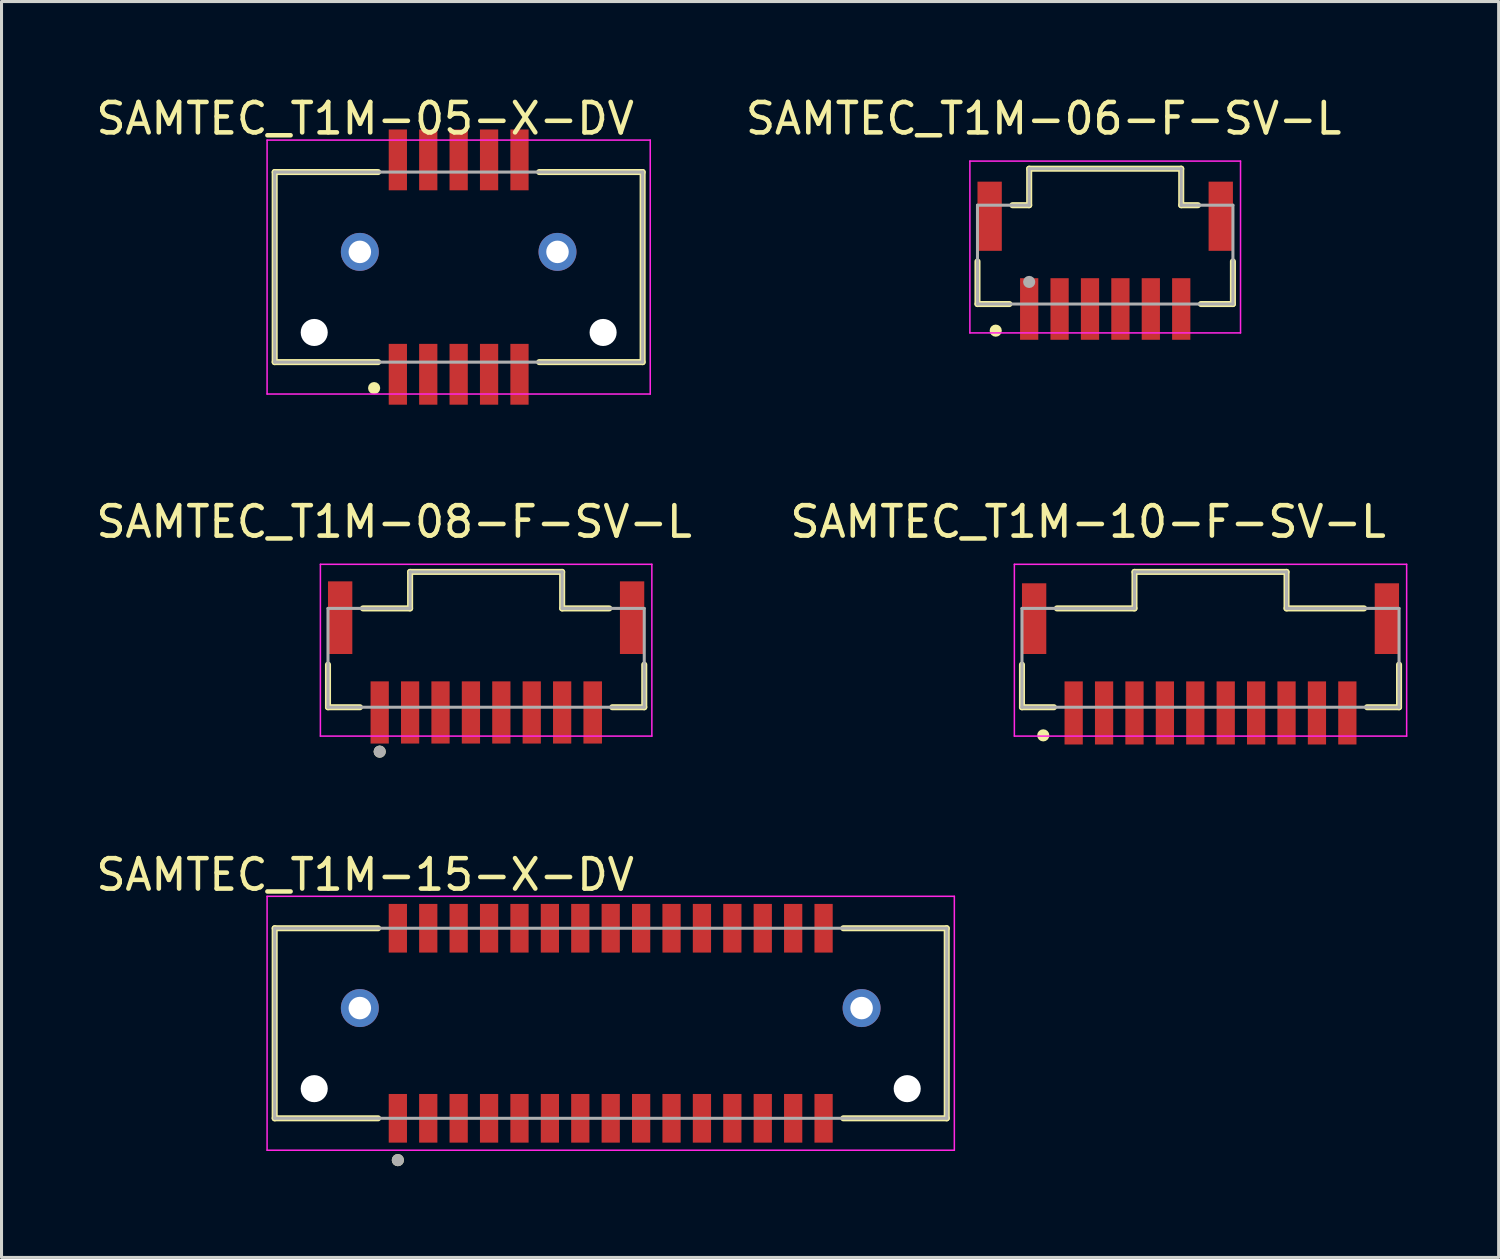
<source format=kicad_pcb>
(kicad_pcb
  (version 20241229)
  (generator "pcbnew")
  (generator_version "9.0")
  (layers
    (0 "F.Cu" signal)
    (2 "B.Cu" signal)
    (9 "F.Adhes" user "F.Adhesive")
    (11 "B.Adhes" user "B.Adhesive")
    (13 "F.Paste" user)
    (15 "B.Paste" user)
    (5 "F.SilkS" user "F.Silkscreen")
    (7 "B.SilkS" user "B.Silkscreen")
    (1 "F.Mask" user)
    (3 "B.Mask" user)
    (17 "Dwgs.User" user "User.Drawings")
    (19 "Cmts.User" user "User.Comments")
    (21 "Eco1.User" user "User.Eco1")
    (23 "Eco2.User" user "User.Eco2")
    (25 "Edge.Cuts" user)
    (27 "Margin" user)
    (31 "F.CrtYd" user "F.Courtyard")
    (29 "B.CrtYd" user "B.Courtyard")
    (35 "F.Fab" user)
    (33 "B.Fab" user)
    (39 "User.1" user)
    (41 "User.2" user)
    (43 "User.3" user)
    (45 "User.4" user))
  (footprint "SAMTEC_T1M-05-X-DV"
    (layer "F.Cu")
    (at 12.033 5.733)
    (property "Reference" "SAMTEC_T1M-05-X-DV" (at -3.075 -4.885 0) (layer "F.SilkS") (effects (font (size 1 1) (thickness 0.15))))
    (attr smd)
    (fp_line (start -6.05 -3.125) (end -2.65 -3.125) (stroke (width 0.2) (type solid)) (layer "F.SilkS"))
    (fp_line (start -6.05 3.125) (end -6.05 -3.125) (stroke (width 0.2) (type solid)) (layer "F.SilkS"))
    (fp_line (start -6.05 3.125) (end -2.65 3.125) (stroke (width 0.2) (type solid)) (layer "F.SilkS"))
    (fp_line (start 2.65 -3.125) (end 6.05 -3.125) (stroke (width 0.2) (type solid)) (layer "F.SilkS"))
    (fp_line (start 2.65 3.125) (end 6.05 3.125) (stroke (width 0.2) (type solid)) (layer "F.SilkS"))
    (fp_line (start 6.05 -3.125) (end 6.05 3.125) (stroke (width 0.2) (type solid)) (layer "F.SilkS"))
    (fp_circle (center -2.78 3.98) (end -2.68 3.98) (stroke (width 0.2) (type solid)) (fill no) (layer "F.SilkS"))
    (fp_circle (center -3.25 -0.5) (end -2.875 -0.5) (stroke (width 0.75) (type solid)) (fill no) (layer "F.Paste"))
    (fp_circle (center 3.25 -0.5) (end 3.625 -0.5) (stroke (width 0.75) (type solid)) (fill no) (layer "F.Paste"))
    (fp_line (start -6.3 -4.175) (end -6.3 4.175) (stroke (width 0.05) (type solid)) (layer "F.CrtYd"))
    (fp_line (start -6.3 4.175) (end 6.3 4.175) (stroke (width 0.05) (type solid)) (layer "F.CrtYd"))
    (fp_line (start 6.3 -4.175) (end -6.3 -4.175) (stroke (width 0.05) (type solid)) (layer "F.CrtYd"))
    (fp_line (start 6.3 4.175) (end 6.3 -4.175) (stroke (width 0.05) (type solid)) (layer "F.CrtYd"))
    (fp_line (start -6.05 -3.125) (end 6.05 -3.125) (stroke (width 0.1) (type solid)) (layer "F.Fab"))
    (fp_line (start -6.05 3.125) (end -6.05 -3.125) (stroke (width 0.1) (type solid)) (layer "F.Fab"))
    (fp_line (start 6.05 -3.125) (end 6.05 3.125) (stroke (width 0.1) (type solid)) (layer "F.Fab"))
    (fp_line (start 6.05 3.125) (end -6.05 3.125) (stroke (width 0.1) (type solid)) (layer "F.Fab"))
    (pad "" np_thru_hole circle (at -4.75 2.15) (size 0.89 0.89) (drill 0.89) (layers "*.Cu" "*.Mask"))
    (pad "" np_thru_hole circle (at 4.75 2.15) (size 0.89 0.89) (drill 0.89) (layers "*.Cu" "*.Mask"))
    (pad "1" smd rect (at -2 3.525) (size 0.6 2) (layers "F.Cu" "F.Mask" "F.Paste"))
    (pad "2" smd rect (at -2 -3.525) (size 0.6 2) (layers "F.Cu" "F.Mask" "F.Paste"))
    (pad "3" smd rect (at -1 3.525) (size 0.6 2) (layers "F.Cu" "F.Mask" "F.Paste"))
    (pad "4" smd rect (at -1 -3.525) (size 0.6 2) (layers "F.Cu" "F.Mask" "F.Paste"))
    (pad "5" smd rect (at 0 3.525) (size 0.6 2) (layers "F.Cu" "F.Mask" "F.Paste"))
    (pad "6" smd rect (at 0 -3.525) (size 0.6 2) (layers "F.Cu" "F.Mask" "F.Paste"))
    (pad "7" smd rect (at 1 3.525) (size 0.6 2) (layers "F.Cu" "F.Mask" "F.Paste"))
    (pad "8" smd rect (at 1 -3.525) (size 0.6 2) (layers "F.Cu" "F.Mask" "F.Paste"))
    (pad "9" smd rect (at 2 3.525) (size 0.6 2) (layers "F.Cu" "F.Mask" "F.Paste"))
    (pad "10" smd rect (at 2 -3.525) (size 0.6 2) (layers "F.Cu" "F.Mask" "F.Paste"))
    (pad "S1" thru_hole circle (at -3.25 -0.5) (size 1.248 1.248) (drill 0.74) (layers "*.Cu" "*.Mask"))
    (pad "S2" thru_hole circle (at 3.25 -0.5) (size 1.248 1.248) (drill 0.74) (layers "*.Cu" "*.Mask")))
  (footprint "SAMTEC_T1M-10-F-SV-L"
    (layer "F.Cu")
    (at 36.757 17.982)
    (property "Reference" "SAMTEC_T1M-10-F-SV-L" (at -4.025 -3.875 0) (layer "F.SilkS") (effects (font (size 1 1) (thickness 0.15))))
    (attr smd)
    (fp_line (start -6.2 2.225) (end -6.2 0.825) (stroke (width 0.2) (type solid)) (layer "F.SilkS"))
    (fp_line (start -6.2 2.225) (end -5.15 2.225) (stroke (width 0.2) (type solid)) (layer "F.SilkS"))
    (fp_line (start -5.05 -1.025) (end -2.5 -1.025) (stroke (width 0.2) (type solid)) (layer "F.SilkS"))
    (fp_line (start -2.5 -2.225) (end 2.5 -2.225) (stroke (width 0.2) (type solid)) (layer "F.SilkS"))
    (fp_line (start -2.5 -1.025) (end -2.5 -2.225) (stroke (width 0.2) (type solid)) (layer "F.SilkS"))
    (fp_line (start 2.5 -1.025) (end 2.5 -2.225) (stroke (width 0.2) (type solid)) (layer "F.SilkS"))
    (fp_line (start 5.05 -1.025) (end 2.5 -1.025) (stroke (width 0.2) (type solid)) (layer "F.SilkS"))
    (fp_line (start 6.2 2.225) (end 5.15 2.225) (stroke (width 0.2) (type solid)) (layer "F.SilkS"))
    (fp_line (start 6.2 2.225) (end 6.2 0.825) (stroke (width 0.2) (type solid)) (layer "F.SilkS"))
    (fp_circle (center -5.5 3.15) (end -5.4 3.15) (stroke (width 0.2) (type solid)) (fill no) (layer "F.SilkS"))
    (fp_line (start -6.45 -2.475) (end 6.45 -2.475) (stroke (width 0.05) (type solid)) (layer "F.CrtYd"))
    (fp_line (start -6.45 3.175) (end -6.45 -2.475) (stroke (width 0.05) (type solid)) (layer "F.CrtYd"))
    (fp_line (start 6.45 -2.475) (end 6.45 3.175) (stroke (width 0.05) (type solid)) (layer "F.CrtYd"))
    (fp_line (start 6.45 3.175) (end -6.45 3.175) (stroke (width 0.05) (type solid)) (layer "F.CrtYd"))
    (fp_line (start -6.2 -1.025) (end -2.5 -1.025) (stroke (width 0.1) (type solid)) (layer "F.Fab"))
    (fp_line (start -6.2 2.225) (end -6.2 -1.025) (stroke (width 0.1) (type solid)) (layer "F.Fab"))
    (fp_line (start -6.2 2.225) (end 6.2 2.225) (stroke (width 0.1) (type solid)) (layer "F.Fab"))
    (fp_line (start -2.5 -2.225) (end 2.5 -2.225) (stroke (width 0.1) (type solid)) (layer "F.Fab"))
    (fp_line (start -2.5 -1.025) (end -2.5 -2.225) (stroke (width 0.1) (type solid)) (layer "F.Fab"))
    (fp_line (start 2.5 -1.025) (end 2.5 -2.225) (stroke (width 0.1) (type solid)) (layer "F.Fab"))
    (fp_line (start 6.2 -1.025) (end 2.5 -1.025) (stroke (width 0.1) (type solid)) (layer "F.Fab"))
    (fp_line (start 6.2 2.225) (end 6.2 -1.025) (stroke (width 0.1) (type solid)) (layer "F.Fab"))
    (pad "1" smd rect (at -4.5 2.413) (size 0.6 2.075) (layers "F.Cu" "F.Mask" "F.Paste"))
    (pad "2" smd rect (at -3.5 2.413) (size 0.6 2.075) (layers "F.Cu" "F.Mask" "F.Paste"))
    (pad "3" smd rect (at -2.5 2.413) (size 0.6 2.075) (layers "F.Cu" "F.Mask" "F.Paste"))
    (pad "4" smd rect (at -1.5 2.413) (size 0.6 2.075) (layers "F.Cu" "F.Mask" "F.Paste"))
    (pad "5" smd rect (at -0.5 2.413) (size 0.6 2.075) (layers "F.Cu" "F.Mask" "F.Paste"))
    (pad "6" smd rect (at 0.5 2.413) (size 0.6 2.075) (layers "F.Cu" "F.Mask" "F.Paste"))
    (pad "7" smd rect (at 1.5 2.413) (size 0.6 2.075) (layers "F.Cu" "F.Mask" "F.Paste"))
    (pad "8" smd rect (at 2.5 2.413) (size 0.6 2.075) (layers "F.Cu" "F.Mask" "F.Paste"))
    (pad "9" smd rect (at 3.5 2.413) (size 0.6 2.075) (layers "F.Cu" "F.Mask" "F.Paste"))
    (pad "10" smd rect (at 4.5 2.413) (size 0.6 2.075) (layers "F.Cu" "F.Mask" "F.Paste"))
    (pad "S1" smd rect (at -5.8 -0.688) (size 0.8 2.325) (layers "F.Cu" "F.Mask" "F.Paste"))
    (pad "S2" smd rect (at 5.8 -0.688) (size 0.8 2.325) (layers "F.Cu" "F.Mask" "F.Paste")))
  (footprint "SAMTEC_T1M-08-F-SV-L"
    (layer "F.Cu")
    (at 12.936 17.982)
    (property "Reference" "SAMTEC_T1M-08-F-SV-L" (at -3.025 -3.875 0) (layer "F.SilkS") (effects (font (size 1 1) (thickness 0.15))))
    (attr through_hole)
    (fp_line (start -5.2 2.225) (end -5.2 0.825) (stroke (width 0.2) (type solid)) (layer "F.SilkS"))
    (fp_line (start -5.2 2.225) (end -4.15 2.225) (stroke (width 0.2) (type solid)) (layer "F.SilkS"))
    (fp_line (start -4.05 -1.025) (end -2.5 -1.025) (stroke (width 0.2) (type solid)) (layer "F.SilkS"))
    (fp_line (start -2.5 -2.225) (end 2.5 -2.225) (stroke (width 0.2) (type solid)) (layer "F.SilkS"))
    (fp_line (start -2.5 -1.025) (end -2.5 -2.225) (stroke (width 0.2) (type solid)) (layer "F.SilkS"))
    (fp_line (start 2.5 -1.025) (end 2.5 -2.225) (stroke (width 0.2) (type solid)) (layer "F.SilkS"))
    (fp_line (start 4.05 -1.025) (end 2.5 -1.025) (stroke (width 0.2) (type solid)) (layer "F.SilkS"))
    (fp_line (start 5.2 2.225) (end 4.15 2.225) (stroke (width 0.2) (type solid)) (layer "F.SilkS"))
    (fp_line (start 5.2 2.225) (end 5.2 0.825) (stroke (width 0.2) (type solid)) (layer "F.SilkS"))
    (fp_circle (center -3.5 3.685) (end -3.4 3.685) (stroke (width 0.2) (type solid)) (fill no) (layer "F.SilkS"))
    (fp_line (start -5.45 -2.475) (end 5.45 -2.475) (stroke (width 0.05) (type solid)) (layer "F.CrtYd"))
    (fp_line (start -5.45 3.175) (end -5.45 -2.475) (stroke (width 0.05) (type solid)) (layer "F.CrtYd"))
    (fp_line (start 5.45 -2.475) (end 5.45 3.175) (stroke (width 0.05) (type solid)) (layer "F.CrtYd"))
    (fp_line (start 5.45 3.175) (end -5.45 3.175) (stroke (width 0.05) (type solid)) (layer "F.CrtYd"))
    (fp_line (start -5.2 -1.025) (end -2.5 -1.025) (stroke (width 0.1) (type solid)) (layer "F.Fab"))
    (fp_line (start -5.2 2.225) (end -5.2 -1.025) (stroke (width 0.1) (type solid)) (layer "F.Fab"))
    (fp_line (start -5.2 2.225) (end 5.2 2.225) (stroke (width 0.1) (type solid)) (layer "F.Fab"))
    (fp_line (start -2.5 -2.225) (end 2.5 -2.225) (stroke (width 0.1) (type solid)) (layer "F.Fab"))
    (fp_line (start -2.5 -1.025) (end -2.5 -2.225) (stroke (width 0.1) (type solid)) (layer "F.Fab"))
    (fp_line (start 2.5 -1.025) (end 2.5 -2.225) (stroke (width 0.1) (type solid)) (layer "F.Fab"))
    (fp_line (start 5.2 -1.025) (end 2.5 -1.025) (stroke (width 0.1) (type solid)) (layer "F.Fab"))
    (fp_line (start 5.2 2.225) (end 5.2 -1.025) (stroke (width 0.1) (type solid)) (layer "F.Fab"))
    (fp_circle (center -3.5 3.685) (end -3.4 3.685) (stroke (width 0.2) (type solid)) (fill no) (layer "F.Fab"))
    (pad "1" smd rect (at -3.5 2.397) (size 0.6 2.045) (layers "F.Cu" "F.Mask" "F.Paste"))
    (pad "2" smd rect (at -2.5 2.397) (size 0.6 2.045) (layers "F.Cu" "F.Mask" "F.Paste"))
    (pad "3" smd rect (at -1.5 2.397) (size 0.6 2.045) (layers "F.Cu" "F.Mask" "F.Paste"))
    (pad "4" smd rect (at -0.5 2.397) (size 0.6 2.045) (layers "F.Cu" "F.Mask" "F.Paste"))
    (pad "5" smd rect (at 0.5 2.397) (size 0.6 2.045) (layers "F.Cu" "F.Mask" "F.Paste"))
    (pad "6" smd rect (at 1.5 2.397) (size 0.6 2.045) (layers "F.Cu" "F.Mask" "F.Paste"))
    (pad "7" smd rect (at 2.5 2.397) (size 0.6 2.045) (layers "F.Cu" "F.Mask" "F.Paste"))
    (pad "8" smd rect (at 3.505 2.397) (size 0.61 2.045) (layers "F.Cu" "F.Mask" "F.Paste"))
    (pad "S1" smd rect (at -4.8 -0.72) (size 0.8 2.389) (layers "F.Cu" "F.Mask" "F.Paste"))
    (pad "S2" smd rect (at 4.8 -0.72) (size 0.8 2.389) (layers "F.Cu" "F.Mask" "F.Paste")))
  (footprint "SAMTEC_T1M-06-F-SV-L"
    (layer "F.Cu")
    (at 33.294 4.723)
    (property "Reference" "SAMTEC_T1M-06-F-SV-L" (at -2.025 -3.875 0) (layer "F.SilkS") (effects (font (size 1 1) (thickness 0.15))))
    (attr through_hole)
    (fp_line (start -4.2 2.225) (end -4.2 0.825) (stroke (width 0.2) (type solid)) (layer "F.SilkS"))
    (fp_line (start -4.2 2.225) (end -3.15 2.225) (stroke (width 0.2) (type solid)) (layer "F.SilkS"))
    (fp_line (start -3.05 -1.025) (end -2.5 -1.025) (stroke (width 0.2) (type solid)) (layer "F.SilkS"))
    (fp_line (start -2.5 -2.225) (end 2.5 -2.225) (stroke (width 0.2) (type solid)) (layer "F.SilkS"))
    (fp_line (start -2.5 -1.025) (end -2.5 -2.225) (stroke (width 0.2) (type solid)) (layer "F.SilkS"))
    (fp_line (start 2.5 -1.025) (end 2.5 -2.225) (stroke (width 0.2) (type solid)) (layer "F.SilkS"))
    (fp_line (start 3.05 -1.025) (end 2.5 -1.025) (stroke (width 0.2) (type solid)) (layer "F.SilkS"))
    (fp_line (start 4.2 2.225) (end 3.15 2.225) (stroke (width 0.2) (type solid)) (layer "F.SilkS"))
    (fp_line (start 4.2 2.225) (end 4.2 0.825) (stroke (width 0.2) (type solid)) (layer "F.SilkS"))
    (fp_circle (center -3.6 3.1) (end -3.5 3.1) (stroke (width 0.2) (type solid)) (fill no) (layer "F.SilkS"))
    (fp_line (start -4.45 -2.475) (end 4.45 -2.475) (stroke (width 0.05) (type solid)) (layer "F.CrtYd"))
    (fp_line (start -4.45 3.175) (end -4.45 -2.475) (stroke (width 0.05) (type solid)) (layer "F.CrtYd"))
    (fp_line (start 4.45 -2.475) (end 4.45 3.175) (stroke (width 0.05) (type solid)) (layer "F.CrtYd"))
    (fp_line (start 4.45 3.175) (end -4.45 3.175) (stroke (width 0.05) (type solid)) (layer "F.CrtYd"))
    (fp_line (start -4.2 -1.025) (end -2.5 -1.025) (stroke (width 0.1) (type solid)) (layer "F.Fab"))
    (fp_line (start -4.2 2.225) (end -4.2 -1.025) (stroke (width 0.1) (type solid)) (layer "F.Fab"))
    (fp_line (start -4.2 2.225) (end 4.2 2.225) (stroke (width 0.1) (type solid)) (layer "F.Fab"))
    (fp_line (start -2.5 -2.225) (end 2.5 -2.225) (stroke (width 0.1) (type solid)) (layer "F.Fab"))
    (fp_line (start -2.5 -1.025) (end -2.5 -2.225) (stroke (width 0.1) (type solid)) (layer "F.Fab"))
    (fp_line (start 2.5 -1.025) (end 2.5 -2.225) (stroke (width 0.1) (type solid)) (layer "F.Fab"))
    (fp_line (start 4.2 -1.025) (end 2.5 -1.025) (stroke (width 0.1) (type solid)) (layer "F.Fab"))
    (fp_line (start 4.2 2.225) (end 4.2 -1.025) (stroke (width 0.1) (type solid)) (layer "F.Fab"))
    (fp_circle (center -2.5 1.498) (end -2.4 1.498) (stroke (width 0.2) (type solid)) (fill no) (layer "F.Fab"))
    (pad "1" smd rect (at -2.5 2.388) (size 0.6 2.025) (layers "F.Cu" "F.Mask" "F.Paste"))
    (pad "2" smd rect (at -1.5 2.388) (size 0.6 2.025) (layers "F.Cu" "F.Mask" "F.Paste"))
    (pad "3" smd rect (at -0.5 2.388) (size 0.6 2.025) (layers "F.Cu" "F.Mask" "F.Paste"))
    (pad "4" smd rect (at 0.5 2.388) (size 0.6 2.025) (layers "F.Cu" "F.Mask" "F.Paste"))
    (pad "5" smd rect (at 1.5 2.388) (size 0.6 2.025) (layers "F.Cu" "F.Mask" "F.Paste"))
    (pad "6" smd rect (at 2.5 2.388) (size 0.6 2.025) (layers "F.Cu" "F.Mask" "F.Paste"))
    (pad "S1" smd rect (at -3.8 -0.662) (size 0.8 2.275) (layers "F.Cu" "F.Mask" "F.Paste"))
    (pad "S2" smd rect (at 3.8 -0.662) (size 0.8 2.275) (layers "F.Cu" "F.Mask" "F.Paste")))
  (footprint "SAMTEC_T1M-15-X-DV"
    (layer "F.Cu")
    (at 17.033 30.6)
    (property "Reference" "SAMTEC_T1M-15-X-DV" (at -8.075 -4.885 0) (layer "F.SilkS") (effects (font (size 1 1) (thickness 0.15))))
    (attr through_hole)
    (fp_line (start -11.05 -3.125) (end -7.65 -3.125) (stroke (width 0.2) (type solid)) (layer "F.SilkS"))
    (fp_line (start -11.05 3.125) (end -11.05 -3.125) (stroke (width 0.2) (type solid)) (layer "F.SilkS"))
    (fp_line (start -11.05 3.125) (end -7.65 3.125) (stroke (width 0.2) (type solid)) (layer "F.SilkS"))
    (fp_line (start 7.65 -3.125) (end 11.05 -3.125) (stroke (width 0.2) (type solid)) (layer "F.SilkS"))
    (fp_line (start 7.65 3.125) (end 11.05 3.125) (stroke (width 0.2) (type solid)) (layer "F.SilkS"))
    (fp_line (start 11.05 -3.125) (end 11.05 3.125) (stroke (width 0.2) (type solid)) (layer "F.SilkS"))
    (fp_circle (center -7 4.5) (end -6.9 4.5) (stroke (width 0.2) (type solid)) (fill no) (layer "F.SilkS"))
    (fp_circle (center -8.25 -0.5) (end -7.875 -0.5) (stroke (width 0.75) (type solid)) (fill no) (layer "F.Paste"))
    (fp_circle (center 8.25 -0.5) (end 8.625 -0.5) (stroke (width 0.75) (type solid)) (fill no) (layer "F.Paste"))
    (fp_line (start -11.3 -4.175) (end -11.3 4.175) (stroke (width 0.05) (type solid)) (layer "F.CrtYd"))
    (fp_line (start -11.3 4.175) (end 11.3 4.175) (stroke (width 0.05) (type solid)) (layer "F.CrtYd"))
    (fp_line (start 11.3 -4.175) (end -11.3 -4.175) (stroke (width 0.05) (type solid)) (layer "F.CrtYd"))
    (fp_line (start 11.3 4.175) (end 11.3 -4.175) (stroke (width 0.05) (type solid)) (layer "F.CrtYd"))
    (fp_line (start -11.05 -3.125) (end 11.05 -3.125) (stroke (width 0.1) (type solid)) (layer "F.Fab"))
    (fp_line (start -11.05 3.125) (end -11.05 -3.125) (stroke (width 0.1) (type solid)) (layer "F.Fab"))
    (fp_line (start 11.05 -3.125) (end 11.05 3.125) (stroke (width 0.1) (type solid)) (layer "F.Fab"))
    (fp_line (start 11.05 3.125) (end -11.05 3.125) (stroke (width 0.1) (type solid)) (layer "F.Fab"))
    (fp_circle (center -7 4.5) (end -6.9 4.5) (stroke (width 0.2) (type solid)) (fill no) (layer "F.Fab"))
    (pad "" np_thru_hole circle (at -9.75 2.15) (size 0.89 0.89) (drill 0.89) (layers "*.Cu" "*.Mask"))
    (pad "" np_thru_hole circle (at 9.75 2.15) (size 0.89 0.89) (drill 0.89) (layers "*.Cu" "*.Mask"))
    (pad "1" smd rect (at -7 3.125) (size 0.6 1.6) (layers "F.Cu" "F.Mask" "F.Paste"))
    (pad "2" smd rect (at -7 -3.125) (size 0.6 1.6) (layers "F.Cu" "F.Mask" "F.Paste"))
    (pad "3" smd rect (at -6 3.125) (size 0.6 1.6) (layers "F.Cu" "F.Mask" "F.Paste"))
    (pad "4" smd rect (at -6 -3.125) (size 0.6 1.6) (layers "F.Cu" "F.Mask" "F.Paste"))
    (pad "5" smd rect (at -5 3.125) (size 0.6 1.6) (layers "F.Cu" "F.Mask" "F.Paste"))
    (pad "6" smd rect (at -5 -3.125) (size 0.6 1.6) (layers "F.Cu" "F.Mask" "F.Paste"))
    (pad "7" smd rect (at -4 3.125) (size 0.6 1.6) (layers "F.Cu" "F.Mask" "F.Paste"))
    (pad "8" smd rect (at -4 -3.125) (size 0.6 1.6) (layers "F.Cu" "F.Mask" "F.Paste"))
    (pad "9" smd rect (at -3 3.125) (size 0.6 1.6) (layers "F.Cu" "F.Mask" "F.Paste"))
    (pad "10" smd rect (at -3 -3.125) (size 0.6 1.6) (layers "F.Cu" "F.Mask" "F.Paste"))
    (pad "11" smd rect (at -2 3.125) (size 0.6 1.6) (layers "F.Cu" "F.Mask" "F.Paste"))
    (pad "12" smd rect (at -2 -3.125) (size 0.6 1.6) (layers "F.Cu" "F.Mask" "F.Paste"))
    (pad "13" smd rect (at -1 3.125) (size 0.6 1.6) (layers "F.Cu" "F.Mask" "F.Paste"))
    (pad "14" smd rect (at -1 -3.125) (size 0.6 1.6) (layers "F.Cu" "F.Mask" "F.Paste"))
    (pad "15" smd rect (at 0 3.125) (size 0.6 1.6) (layers "F.Cu" "F.Mask" "F.Paste"))
    (pad "16" smd rect (at 0 -3.125) (size 0.6 1.6) (layers "F.Cu" "F.Mask" "F.Paste"))
    (pad "17" smd rect (at 1 3.125) (size 0.6 1.6) (layers "F.Cu" "F.Mask" "F.Paste"))
    (pad "18" smd rect (at 1 -3.125) (size 0.6 1.6) (layers "F.Cu" "F.Mask" "F.Paste"))
    (pad "19" smd rect (at 2 3.125) (size 0.6 1.6) (layers "F.Cu" "F.Mask" "F.Paste"))
    (pad "20" smd rect (at 2 -3.125) (size 0.6 1.6) (layers "F.Cu" "F.Mask" "F.Paste"))
    (pad "21" smd rect (at 3 3.125) (size 0.6 1.6) (layers "F.Cu" "F.Mask" "F.Paste"))
    (pad "22" smd rect (at 3 -3.125) (size 0.6 1.6) (layers "F.Cu" "F.Mask" "F.Paste"))
    (pad "23" smd rect (at 4 3.125) (size 0.6 1.6) (layers "F.Cu" "F.Mask" "F.Paste"))
    (pad "24" smd rect (at 4 -3.125) (size 0.6 1.6) (layers "F.Cu" "F.Mask" "F.Paste"))
    (pad "25" smd rect (at 5 3.125) (size 0.6 1.6) (layers "F.Cu" "F.Mask" "F.Paste"))
    (pad "26" smd rect (at 5 -3.125) (size 0.6 1.6) (layers "F.Cu" "F.Mask" "F.Paste"))
    (pad "27" smd rect (at 6 3.125) (size 0.6 1.6) (layers "F.Cu" "F.Mask" "F.Paste"))
    (pad "28" smd rect (at 6 -3.125) (size 0.6 1.6) (layers "F.Cu" "F.Mask" "F.Paste"))
    (pad "29" smd rect (at 7 3.125) (size 0.6 1.6) (layers "F.Cu" "F.Mask" "F.Paste"))
    (pad "30" smd rect (at 7 -3.125) (size 0.6 1.6) (layers "F.Cu" "F.Mask" "F.Paste"))
    (pad "S1" thru_hole circle (at -8.25 -0.5) (size 1.248 1.248) (drill 0.74) (layers "*.Cu" "*.Mask"))
    (pad "S2" thru_hole circle (at 8.25 -0.5) (size 1.248 1.248) (drill 0.74) (layers "*.Cu" "*.Mask")))
  (gr_rect
    (start -3 -3)
    (end 46.232 38.3)
    (stroke (width 0.1) (type default))
    (fill no)
    (layer "Edge.Cuts")))
</source>
